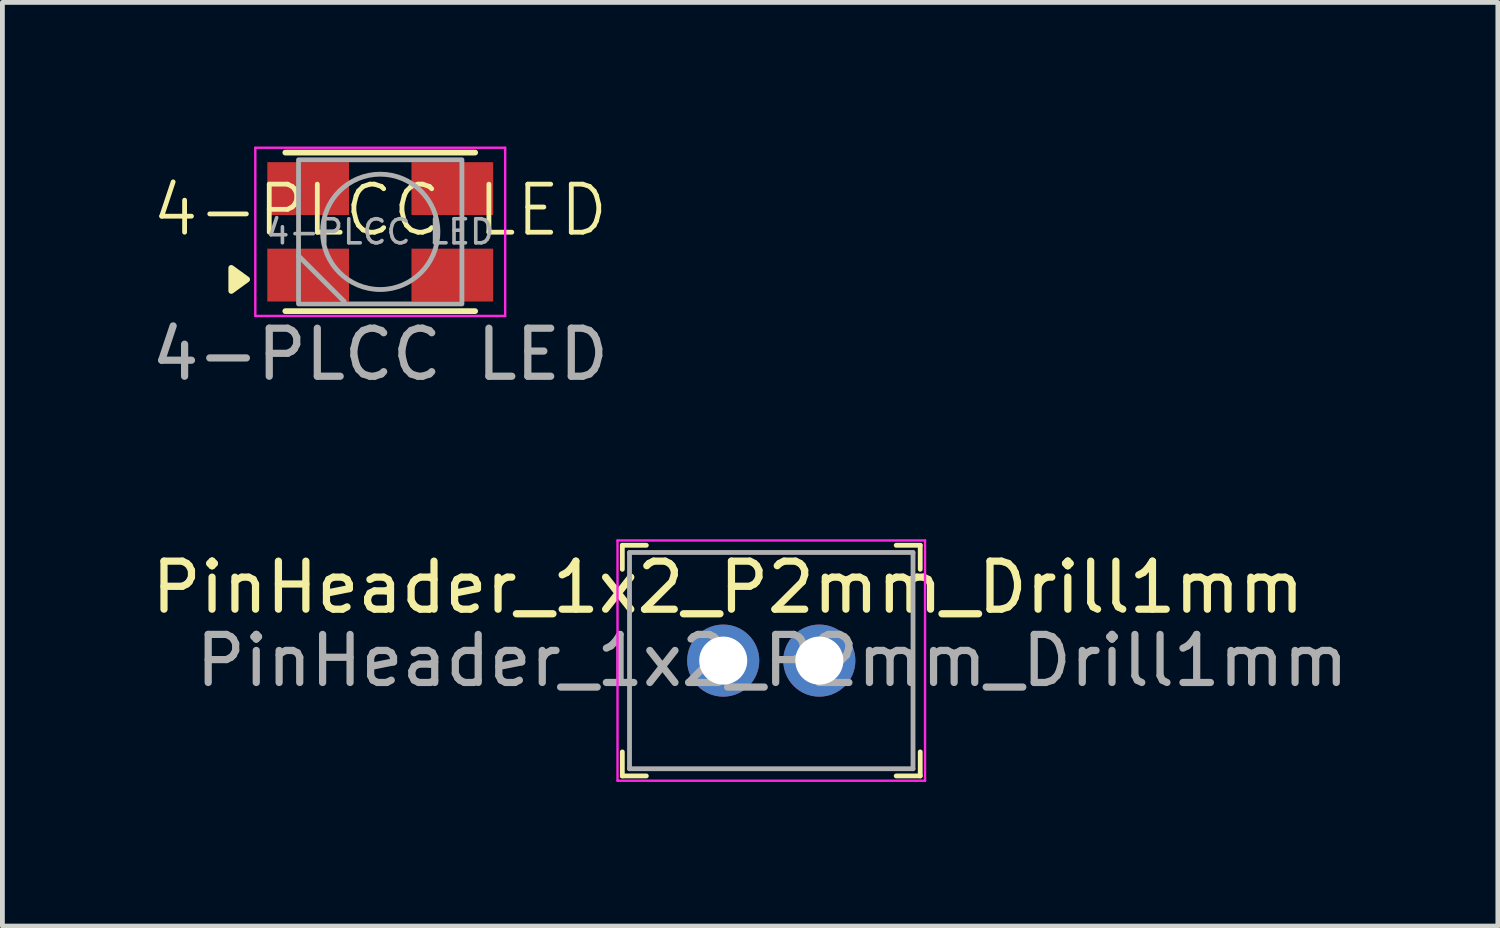
<source format=kicad_pcb>
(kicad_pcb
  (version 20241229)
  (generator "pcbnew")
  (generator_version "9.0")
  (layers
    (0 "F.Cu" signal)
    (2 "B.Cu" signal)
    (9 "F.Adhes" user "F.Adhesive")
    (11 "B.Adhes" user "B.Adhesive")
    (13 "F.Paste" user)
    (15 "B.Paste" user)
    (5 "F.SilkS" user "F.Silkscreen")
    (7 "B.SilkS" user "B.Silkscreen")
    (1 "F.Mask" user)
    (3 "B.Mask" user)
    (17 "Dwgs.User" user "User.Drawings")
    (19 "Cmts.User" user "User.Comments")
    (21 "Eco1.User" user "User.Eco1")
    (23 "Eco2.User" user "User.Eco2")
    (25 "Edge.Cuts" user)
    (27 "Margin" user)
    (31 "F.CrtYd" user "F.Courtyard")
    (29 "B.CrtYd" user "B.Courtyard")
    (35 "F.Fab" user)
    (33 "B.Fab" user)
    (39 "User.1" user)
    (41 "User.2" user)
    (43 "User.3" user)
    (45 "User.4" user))
  (footprint "4-PLCC LED"
    (layer "F.Cu")
    (at 4.863 1.825)
    (property "Reference" "4-PLCC LED" (at 0 -0.5 0) (unlocked yes) (layer "F.SilkS") (effects (font (size 1 1) (thickness 0.1))))
    (attr smd)
    (fp_line (start -1.975 -1.7) (end 1.975 -1.7) (stroke (width 0.12) (type solid)) (layer "F.SilkS"))
    (fp_line (start -1.975 1.6) (end 1.975 1.6) (stroke (width 0.12) (type solid)) (layer "F.SilkS"))
    (fp_poly (pts (xy -2.77 0.94) (xy -3.1 1.18) (xy -3.1 0.7) (xy -2.77 0.94)) (stroke (width 0.12) (type solid)) (fill yes) (layer "F.SilkS"))
    (fp_line (start -2.6 -1.8) (end -2.6 1.7) (stroke (width 0.05) (type solid)) (layer "F.CrtYd"))
    (fp_line (start -2.6 -1.8) (end 2.6 -1.8) (stroke (width 0.05) (type solid)) (layer "F.CrtYd"))
    (fp_line (start 2.6 1.7) (end -2.6 1.7) (stroke (width 0.05) (type solid)) (layer "F.CrtYd"))
    (fp_line (start 2.6 1.7) (end 2.6 -1.8) (stroke (width 0.05) (type solid)) (layer "F.CrtYd"))
    (fp_line (start -1.7 0.45) (end -0.75 1.4) (stroke (width 0.1) (type default)) (layer "F.Fab"))
    (fp_rect (start -1.7 -1.55) (end 1.7 1.45) (stroke (width 0.1) (type default)) (fill no) (layer "F.Fab"))
    (fp_circle (center 0 -0.05) (end 1.2 -0.05) (stroke (width 0.1) (type default)) (fill no) (layer "F.Fab"))
    (fp_text user "${REFERENCE}" (at 0 -0.05 180) (layer "F.Fab") (effects (font (size 0.5 0.5) (thickness 0.075))))
    (fp_text user "${REFERENCE}" (at 0 2.5 0) (unlocked yes) (layer "F.Fab") (effects (font (size 1 1) (thickness 0.15))))
    (pad "1" smd rect (at -1.5 0.85) (size 1.7 1.1) (layers "F.Cu" "F.Mask" "F.Paste"))
    (pad "2" smd rect (at -1.5 -0.95) (size 1.7 1.1) (layers "F.Cu" "F.Mask" "F.Paste"))
    (pad "2" smd rect (at 1.5 -0.95) (size 1.7 1.1) (layers "F.Cu" "F.Mask" "F.Paste"))
    (pad "2" smd rect (at 1.5 0.85) (size 1.7 1.1) (layers "F.Cu" "F.Mask" "F.Paste")))
  (footprint "PinHeader_1x2_P2mm_Drill1mm"
    (layer "F.Cu")
    (at 12.001 10.698)
    (property "Reference" "PinHeader_1x2_P2mm_Drill1mm" (at 0.1 -1.525 180) (layer "F.SilkS") (effects (font (size 1 1) (thickness 0.15))))
    (attr through_hole)
    (fp_line (start -2.1 -1.9) (end -2.1 -2.4) (stroke (width 0.1) (type solid)) (layer "F.SilkS"))
    (fp_line (start -2.1 1.9) (end -2.1 2.4) (stroke (width 0.1) (type solid)) (layer "F.SilkS"))
    (fp_line (start -1.6 -2.4) (end -2.1 -2.4) (stroke (width 0.1) (type solid)) (layer "F.SilkS"))
    (fp_line (start -1.6 2.4) (end -2.1 2.4) (stroke (width 0.1) (type solid)) (layer "F.SilkS"))
    (fp_line (start 3.6 -2.4) (end 4.1 -2.4) (stroke (width 0.1) (type solid)) (layer "F.SilkS"))
    (fp_line (start 3.6 2.4) (end 4.1 2.4) (stroke (width 0.1) (type solid)) (layer "F.SilkS"))
    (fp_line (start 4.1 -1.9) (end 4.1 -2.4) (stroke (width 0.1) (type solid)) (layer "F.SilkS"))
    (fp_line (start 4.1 1.9) (end 4.1 2.4) (stroke (width 0.1) (type solid)) (layer "F.SilkS"))
    (fp_line (start -2.2 -2.5) (end 4.2 -2.5) (stroke (width 0.05) (type solid)) (layer "F.CrtYd"))
    (fp_line (start -2.2 2.5) (end -2.2 -2.5) (stroke (width 0.05) (type solid)) (layer "F.CrtYd"))
    (fp_line (start -2.2 2.5) (end 4.2 2.5) (stroke (width 0.05) (type solid)) (layer "F.CrtYd"))
    (fp_line (start 4.2 2.5) (end 4.2 -2.5) (stroke (width 0.05) (type solid)) (layer "F.CrtYd"))
    (fp_line (start -1.95 2.25) (end -1.95 -2.25) (stroke (width 0.1) (type solid)) (layer "F.Fab"))
    (fp_line (start 3.95 -2.25) (end -1.95 -2.25) (stroke (width 0.1) (type solid)) (layer "F.Fab"))
    (fp_line (start 3.95 2.25) (end -1.95 2.25) (stroke (width 0.1) (type solid)) (layer "F.Fab"))
    (fp_line (start 3.95 2.25) (end 3.95 -2.25) (stroke (width 0.1) (type solid)) (layer "F.Fab"))
    (fp_text user "${REFERENCE}" (at 1.02 0 180) (layer "F.Fab") (effects (font (size 1 1) (thickness 0.15))))
    (pad "1" thru_hole circle (at 0 0) (size 1.5 1.5) (drill 1) (layers "*.Cu" "*.Mask"))
    (pad "2" thru_hole circle (at 2 0) (size 1.5 1.5) (drill 1) (layers "*.Cu" "*.Mask")))
  (gr_rect
    (start -3 -3)
    (end 28.122 16.223)
    (stroke (width 0.1) (type default))
    (fill no)
    (layer "Edge.Cuts")))
</source>
